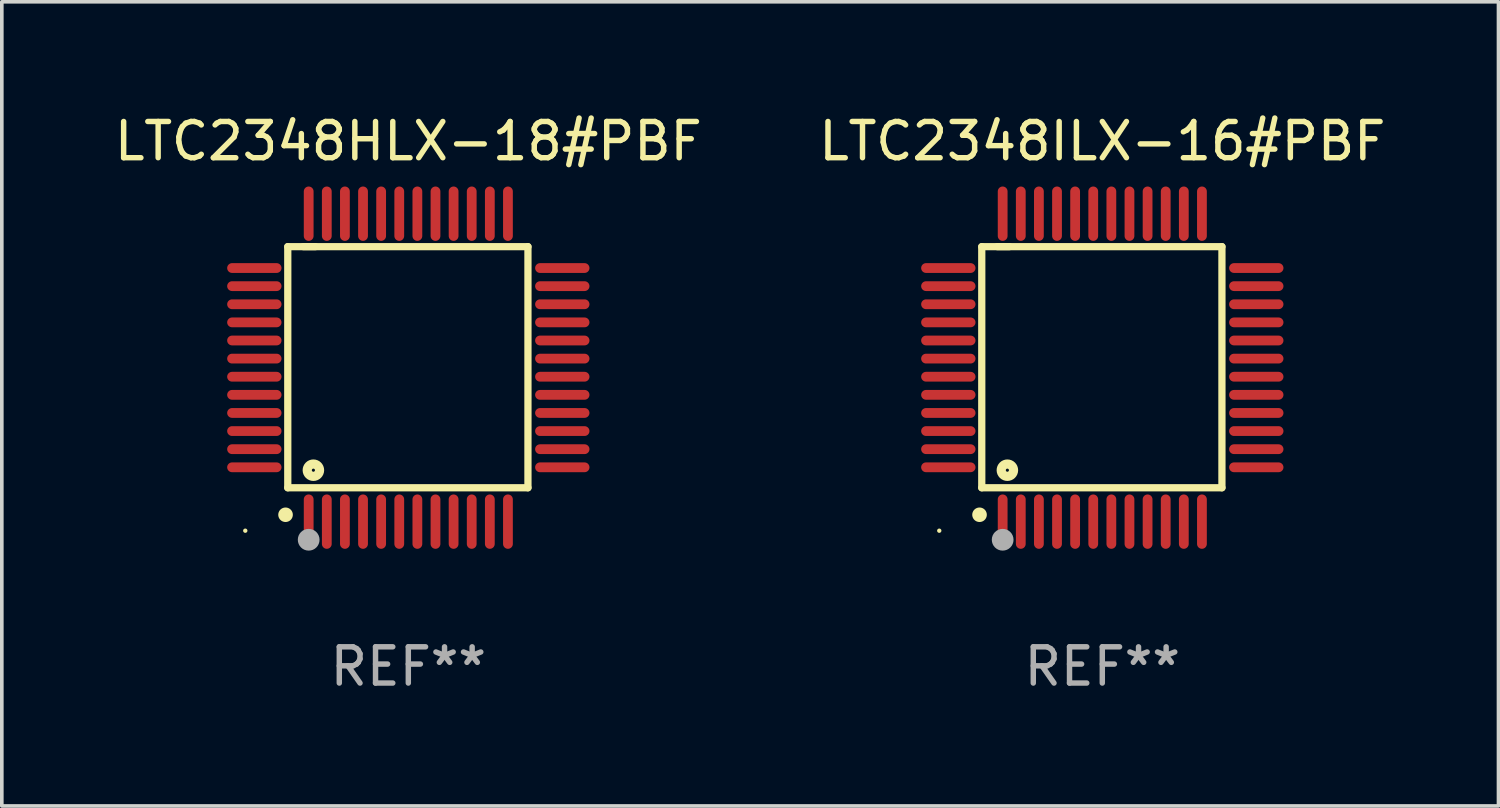
<source format=kicad_pcb>
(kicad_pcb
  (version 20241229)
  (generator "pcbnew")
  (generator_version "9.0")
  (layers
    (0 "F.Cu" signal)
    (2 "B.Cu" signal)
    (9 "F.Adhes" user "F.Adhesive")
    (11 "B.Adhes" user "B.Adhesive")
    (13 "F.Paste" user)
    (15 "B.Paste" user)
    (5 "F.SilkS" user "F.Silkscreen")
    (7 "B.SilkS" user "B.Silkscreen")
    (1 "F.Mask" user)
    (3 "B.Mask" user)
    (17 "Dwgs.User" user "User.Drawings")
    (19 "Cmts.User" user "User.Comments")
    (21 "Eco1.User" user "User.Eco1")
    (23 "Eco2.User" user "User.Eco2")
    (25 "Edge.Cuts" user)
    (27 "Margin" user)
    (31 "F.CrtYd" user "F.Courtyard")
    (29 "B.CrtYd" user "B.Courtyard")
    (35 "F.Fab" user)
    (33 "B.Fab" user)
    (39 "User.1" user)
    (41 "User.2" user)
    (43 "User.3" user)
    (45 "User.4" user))
  (footprint "LTC2348ILX-16#PBF"
    (layer "F.Cu")
    (at 27.375 7.098)
    (property "Reference" "LTC2348ILX-16#PBF" (at 0 -6.25 0) (layer "F.SilkS") (effects (font (size 1 1) (thickness 0.15))))
    (attr through_hole)
    (fp_line (start -3.327 -3.34) (end -2.565 -3.34) (stroke (width 0.2) (type solid)) (layer "F.SilkS"))
    (fp_line (start -3.327 3.315) (end -3.327 -3.34) (stroke (width 0.2) (type solid)) (layer "F.SilkS"))
    (fp_line (start -2.896 -3.34) (end 3.302 -3.34) (stroke (width 0.2) (type solid)) (layer "F.SilkS"))
    (fp_line (start 3.302 -3.34) (end 3.302 3.315) (stroke (width 0.2) (type solid)) (layer "F.SilkS"))
    (fp_line (start 3.302 3.315) (end -3.327 3.315) (stroke (width 0.2) (type solid)) (layer "F.SilkS"))
    (fp_arc (start -3.389992 4.059995) (mid -3.388722 4.059991) (end -3.387452 4.059995) (stroke (width 0.4) (type solid)) (layer "F.SilkS"))
    (fp_circle (center -4.5 4.5) (end -4.47 4.5) (stroke (width 0.06) (type solid)) (fill no) (layer "F.SilkS"))
    (fp_circle (center -2.62 2.83) (end -2.45 2.83) (stroke (width 0.254) (type solid)) (fill no) (layer "F.SilkS"))
    (fp_circle (center -2.75 4.75) (end -2.6 4.75) (stroke (width 0.3) (type solid)) (fill no) (layer "F.Fab"))
    (fp_text user "REF**" (at 0 8.25 0) (layer "F.Fab") (effects (font (size 1 1) (thickness 0.15))))
    (pad "1" smd oval (at -2.75 4.25) (size 0.27 1.5) (layers "F.Cu" "F.Mask" "F.Paste"))
    (pad "2" smd oval (at -2.25 4.25) (size 0.27 1.5) (layers "F.Cu" "F.Mask" "F.Paste"))
    (pad "3" smd oval (at -1.75 4.25) (size 0.27 1.5) (layers "F.Cu" "F.Mask" "F.Paste"))
    (pad "4" smd oval (at -1.25 4.25) (size 0.27 1.5) (layers "F.Cu" "F.Mask" "F.Paste"))
    (pad "5" smd oval (at -0.75 4.25) (size 0.27 1.5) (layers "F.Cu" "F.Mask" "F.Paste"))
    (pad "6" smd oval (at -0.25 4.25) (size 0.27 1.5) (layers "F.Cu" "F.Mask" "F.Paste"))
    (pad "7" smd oval (at 0.25 4.25) (size 0.27 1.5) (layers "F.Cu" "F.Mask" "F.Paste"))
    (pad "8" smd oval (at 0.75 4.25) (size 0.27 1.5) (layers "F.Cu" "F.Mask" "F.Paste"))
    (pad "9" smd oval (at 1.25 4.25) (size 0.27 1.5) (layers "F.Cu" "F.Mask" "F.Paste"))
    (pad "10" smd oval (at 1.75 4.25) (size 0.27 1.5) (layers "F.Cu" "F.Mask" "F.Paste"))
    (pad "11" smd oval (at 2.25 4.25) (size 0.27 1.5) (layers "F.Cu" "F.Mask" "F.Paste"))
    (pad "12" smd oval (at 2.75 4.25) (size 0.27 1.5) (layers "F.Cu" "F.Mask" "F.Paste"))
    (pad "13" smd oval (at 4.25 2.75) (size 1.5 0.27) (layers "F.Cu" "F.Mask" "F.Paste"))
    (pad "14" smd oval (at 4.25 2.25) (size 1.5 0.27) (layers "F.Cu" "F.Mask" "F.Paste"))
    (pad "15" smd oval (at 4.25 1.75) (size 1.5 0.27) (layers "F.Cu" "F.Mask" "F.Paste"))
    (pad "16" smd oval (at 4.25 1.25) (size 1.5 0.27) (layers "F.Cu" "F.Mask" "F.Paste"))
    (pad "17" smd oval (at 4.25 0.75) (size 1.5 0.27) (layers "F.Cu" "F.Mask" "F.Paste"))
    (pad "18" smd oval (at 4.25 0.25) (size 1.5 0.27) (layers "F.Cu" "F.Mask" "F.Paste"))
    (pad "19" smd oval (at 4.25 -0.25) (size 1.5 0.27) (layers "F.Cu" "F.Mask" "F.Paste"))
    (pad "20" smd oval (at 4.25 -0.75) (size 1.5 0.27) (layers "F.Cu" "F.Mask" "F.Paste"))
    (pad "21" smd oval (at 4.25 -1.25) (size 1.5 0.27) (layers "F.Cu" "F.Mask" "F.Paste"))
    (pad "22" smd oval (at 4.25 -1.75) (size 1.5 0.27) (layers "F.Cu" "F.Mask" "F.Paste"))
    (pad "23" smd oval (at 4.25 -2.25) (size 1.5 0.27) (layers "F.Cu" "F.Mask" "F.Paste"))
    (pad "24" smd oval (at 4.25 -2.75) (size 1.5 0.27) (layers "F.Cu" "F.Mask" "F.Paste"))
    (pad "25" smd oval (at 2.75 -4.25) (size 0.27 1.5) (layers "F.Cu" "F.Mask" "F.Paste"))
    (pad "26" smd oval (at 2.25 -4.25) (size 0.27 1.5) (layers "F.Cu" "F.Mask" "F.Paste"))
    (pad "27" smd oval (at 1.75 -4.25) (size 0.27 1.5) (layers "F.Cu" "F.Mask" "F.Paste"))
    (pad "28" smd oval (at 1.25 -4.25) (size 0.27 1.5) (layers "F.Cu" "F.Mask" "F.Paste"))
    (pad "29" smd oval (at 0.75 -4.25) (size 0.27 1.5) (layers "F.Cu" "F.Mask" "F.Paste"))
    (pad "30" smd oval (at 0.25 -4.25) (size 0.27 1.5) (layers "F.Cu" "F.Mask" "F.Paste"))
    (pad "31" smd oval (at -0.25 -4.25) (size 0.27 1.5) (layers "F.Cu" "F.Mask" "F.Paste"))
    (pad "32" smd oval (at -0.75 -4.25) (size 0.27 1.5) (layers "F.Cu" "F.Mask" "F.Paste"))
    (pad "33" smd oval (at -1.25 -4.25) (size 0.27 1.5) (layers "F.Cu" "F.Mask" "F.Paste"))
    (pad "34" smd oval (at -1.75 -4.25) (size 0.27 1.5) (layers "F.Cu" "F.Mask" "F.Paste"))
    (pad "35" smd oval (at -2.25 -4.25) (size 0.27 1.5) (layers "F.Cu" "F.Mask" "F.Paste"))
    (pad "36" smd oval (at -2.75 -4.25) (size 0.27 1.5) (layers "F.Cu" "F.Mask" "F.Paste"))
    (pad "37" smd oval (at -4.25 -2.75) (size 1.5 0.27) (layers "F.Cu" "F.Mask" "F.Paste"))
    (pad "38" smd oval (at -4.25 -2.25) (size 1.5 0.27) (layers "F.Cu" "F.Mask" "F.Paste"))
    (pad "39" smd oval (at -4.25 -1.75) (size 1.5 0.27) (layers "F.Cu" "F.Mask" "F.Paste"))
    (pad "40" smd oval (at -4.25 -1.25) (size 1.5 0.27) (layers "F.Cu" "F.Mask" "F.Paste"))
    (pad "41" smd oval (at -4.25 -0.75) (size 1.5 0.27) (layers "F.Cu" "F.Mask" "F.Paste"))
    (pad "42" smd oval (at -4.25 -0.25) (size 1.5 0.27) (layers "F.Cu" "F.Mask" "F.Paste"))
    (pad "43" smd oval (at -4.25 0.25) (size 1.5 0.27) (layers "F.Cu" "F.Mask" "F.Paste"))
    (pad "44" smd oval (at -4.25 0.75) (size 1.5 0.27) (layers "F.Cu" "F.Mask" "F.Paste"))
    (pad "45" smd oval (at -4.25 1.25) (size 1.5 0.27) (layers "F.Cu" "F.Mask" "F.Paste"))
    (pad "46" smd oval (at -4.25 1.75) (size 1.5 0.27) (layers "F.Cu" "F.Mask" "F.Paste"))
    (pad "47" smd oval (at -4.25 2.25) (size 1.5 0.27) (layers "F.Cu" "F.Mask" "F.Paste"))
    (pad "48" smd oval (at -4.25 2.75) (size 1.5 0.27) (layers "F.Cu" "F.Mask" "F.Paste")))
  (footprint "LTC2348HLX-18#PBF"
    (layer "F.Cu")
    (at 8.22 7.098)
    (property "Reference" "LTC2348HLX-18#PBF" (at 0 -6.25 0) (layer "F.SilkS") (effects (font (size 1 1) (thickness 0.15))))
    (attr through_hole)
    (fp_line (start -3.327 -3.34) (end -2.565 -3.34) (stroke (width 0.2) (type solid)) (layer "F.SilkS"))
    (fp_line (start -3.327 3.315) (end -3.327 -3.34) (stroke (width 0.2) (type solid)) (layer "F.SilkS"))
    (fp_line (start -2.896 -3.34) (end 3.302 -3.34) (stroke (width 0.2) (type solid)) (layer "F.SilkS"))
    (fp_line (start 3.302 -3.34) (end 3.302 3.315) (stroke (width 0.2) (type solid)) (layer "F.SilkS"))
    (fp_line (start 3.302 3.315) (end -3.327 3.315) (stroke (width 0.2) (type solid)) (layer "F.SilkS"))
    (fp_arc (start -3.389992 4.059995) (mid -3.388722 4.059991) (end -3.387452 4.059995) (stroke (width 0.4) (type solid)) (layer "F.SilkS"))
    (fp_circle (center -4.5 4.5) (end -4.47 4.5) (stroke (width 0.06) (type solid)) (fill no) (layer "F.SilkS"))
    (fp_circle (center -2.62 2.83) (end -2.45 2.83) (stroke (width 0.254) (type solid)) (fill no) (layer "F.SilkS"))
    (fp_circle (center -2.75 4.75) (end -2.6 4.75) (stroke (width 0.3) (type solid)) (fill no) (layer "F.Fab"))
    (fp_text user "REF**" (at 0 8.25 0) (layer "F.Fab") (effects (font (size 1 1) (thickness 0.15))))
    (pad "1" smd oval (at -2.75 4.25) (size 0.27 1.5) (layers "F.Cu" "F.Mask" "F.Paste"))
    (pad "2" smd oval (at -2.25 4.25) (size 0.27 1.5) (layers "F.Cu" "F.Mask" "F.Paste"))
    (pad "3" smd oval (at -1.75 4.25) (size 0.27 1.5) (layers "F.Cu" "F.Mask" "F.Paste"))
    (pad "4" smd oval (at -1.25 4.25) (size 0.27 1.5) (layers "F.Cu" "F.Mask" "F.Paste"))
    (pad "5" smd oval (at -0.75 4.25) (size 0.27 1.5) (layers "F.Cu" "F.Mask" "F.Paste"))
    (pad "6" smd oval (at -0.25 4.25) (size 0.27 1.5) (layers "F.Cu" "F.Mask" "F.Paste"))
    (pad "7" smd oval (at 0.25 4.25) (size 0.27 1.5) (layers "F.Cu" "F.Mask" "F.Paste"))
    (pad "8" smd oval (at 0.75 4.25) (size 0.27 1.5) (layers "F.Cu" "F.Mask" "F.Paste"))
    (pad "9" smd oval (at 1.25 4.25) (size 0.27 1.5) (layers "F.Cu" "F.Mask" "F.Paste"))
    (pad "10" smd oval (at 1.75 4.25) (size 0.27 1.5) (layers "F.Cu" "F.Mask" "F.Paste"))
    (pad "11" smd oval (at 2.25 4.25) (size 0.27 1.5) (layers "F.Cu" "F.Mask" "F.Paste"))
    (pad "12" smd oval (at 2.75 4.25) (size 0.27 1.5) (layers "F.Cu" "F.Mask" "F.Paste"))
    (pad "13" smd oval (at 4.25 2.75) (size 1.5 0.27) (layers "F.Cu" "F.Mask" "F.Paste"))
    (pad "14" smd oval (at 4.25 2.25) (size 1.5 0.27) (layers "F.Cu" "F.Mask" "F.Paste"))
    (pad "15" smd oval (at 4.25 1.75) (size 1.5 0.27) (layers "F.Cu" "F.Mask" "F.Paste"))
    (pad "16" smd oval (at 4.25 1.25) (size 1.5 0.27) (layers "F.Cu" "F.Mask" "F.Paste"))
    (pad "17" smd oval (at 4.25 0.75) (size 1.5 0.27) (layers "F.Cu" "F.Mask" "F.Paste"))
    (pad "18" smd oval (at 4.25 0.25) (size 1.5 0.27) (layers "F.Cu" "F.Mask" "F.Paste"))
    (pad "19" smd oval (at 4.25 -0.25) (size 1.5 0.27) (layers "F.Cu" "F.Mask" "F.Paste"))
    (pad "20" smd oval (at 4.25 -0.75) (size 1.5 0.27) (layers "F.Cu" "F.Mask" "F.Paste"))
    (pad "21" smd oval (at 4.25 -1.25) (size 1.5 0.27) (layers "F.Cu" "F.Mask" "F.Paste"))
    (pad "22" smd oval (at 4.25 -1.75) (size 1.5 0.27) (layers "F.Cu" "F.Mask" "F.Paste"))
    (pad "23" smd oval (at 4.25 -2.25) (size 1.5 0.27) (layers "F.Cu" "F.Mask" "F.Paste"))
    (pad "24" smd oval (at 4.25 -2.75) (size 1.5 0.27) (layers "F.Cu" "F.Mask" "F.Paste"))
    (pad "25" smd oval (at 2.75 -4.25) (size 0.27 1.5) (layers "F.Cu" "F.Mask" "F.Paste"))
    (pad "26" smd oval (at 2.25 -4.25) (size 0.27 1.5) (layers "F.Cu" "F.Mask" "F.Paste"))
    (pad "27" smd oval (at 1.75 -4.25) (size 0.27 1.5) (layers "F.Cu" "F.Mask" "F.Paste"))
    (pad "28" smd oval (at 1.25 -4.25) (size 0.27 1.5) (layers "F.Cu" "F.Mask" "F.Paste"))
    (pad "29" smd oval (at 0.75 -4.25) (size 0.27 1.5) (layers "F.Cu" "F.Mask" "F.Paste"))
    (pad "30" smd oval (at 0.25 -4.25) (size 0.27 1.5) (layers "F.Cu" "F.Mask" "F.Paste"))
    (pad "31" smd oval (at -0.25 -4.25) (size 0.27 1.5) (layers "F.Cu" "F.Mask" "F.Paste"))
    (pad "32" smd oval (at -0.75 -4.25) (size 0.27 1.5) (layers "F.Cu" "F.Mask" "F.Paste"))
    (pad "33" smd oval (at -1.25 -4.25) (size 0.27 1.5) (layers "F.Cu" "F.Mask" "F.Paste"))
    (pad "34" smd oval (at -1.75 -4.25) (size 0.27 1.5) (layers "F.Cu" "F.Mask" "F.Paste"))
    (pad "35" smd oval (at -2.25 -4.25) (size 0.27 1.5) (layers "F.Cu" "F.Mask" "F.Paste"))
    (pad "36" smd oval (at -2.75 -4.25) (size 0.27 1.5) (layers "F.Cu" "F.Mask" "F.Paste"))
    (pad "37" smd oval (at -4.25 -2.75) (size 1.5 0.27) (layers "F.Cu" "F.Mask" "F.Paste"))
    (pad "38" smd oval (at -4.25 -2.25) (size 1.5 0.27) (layers "F.Cu" "F.Mask" "F.Paste"))
    (pad "39" smd oval (at -4.25 -1.75) (size 1.5 0.27) (layers "F.Cu" "F.Mask" "F.Paste"))
    (pad "40" smd oval (at -4.25 -1.25) (size 1.5 0.27) (layers "F.Cu" "F.Mask" "F.Paste"))
    (pad "41" smd oval (at -4.25 -0.75) (size 1.5 0.27) (layers "F.Cu" "F.Mask" "F.Paste"))
    (pad "42" smd oval (at -4.25 -0.25) (size 1.5 0.27) (layers "F.Cu" "F.Mask" "F.Paste"))
    (pad "43" smd oval (at -4.25 0.25) (size 1.5 0.27) (layers "F.Cu" "F.Mask" "F.Paste"))
    (pad "44" smd oval (at -4.25 0.75) (size 1.5 0.27) (layers "F.Cu" "F.Mask" "F.Paste"))
    (pad "45" smd oval (at -4.25 1.25) (size 1.5 0.27) (layers "F.Cu" "F.Mask" "F.Paste"))
    (pad "46" smd oval (at -4.25 1.75) (size 1.5 0.27) (layers "F.Cu" "F.Mask" "F.Paste"))
    (pad "47" smd oval (at -4.25 2.25) (size 1.5 0.27) (layers "F.Cu" "F.Mask" "F.Paste"))
    (pad "48" smd oval (at -4.25 2.75) (size 1.5 0.27) (layers "F.Cu" "F.Mask" "F.Paste")))
  (gr_rect
    (start -3 -3)
    (end 38.31 19.196)
    (stroke (width 0.1) (type default))
    (fill no)
    (layer "Edge.Cuts")))
</source>
